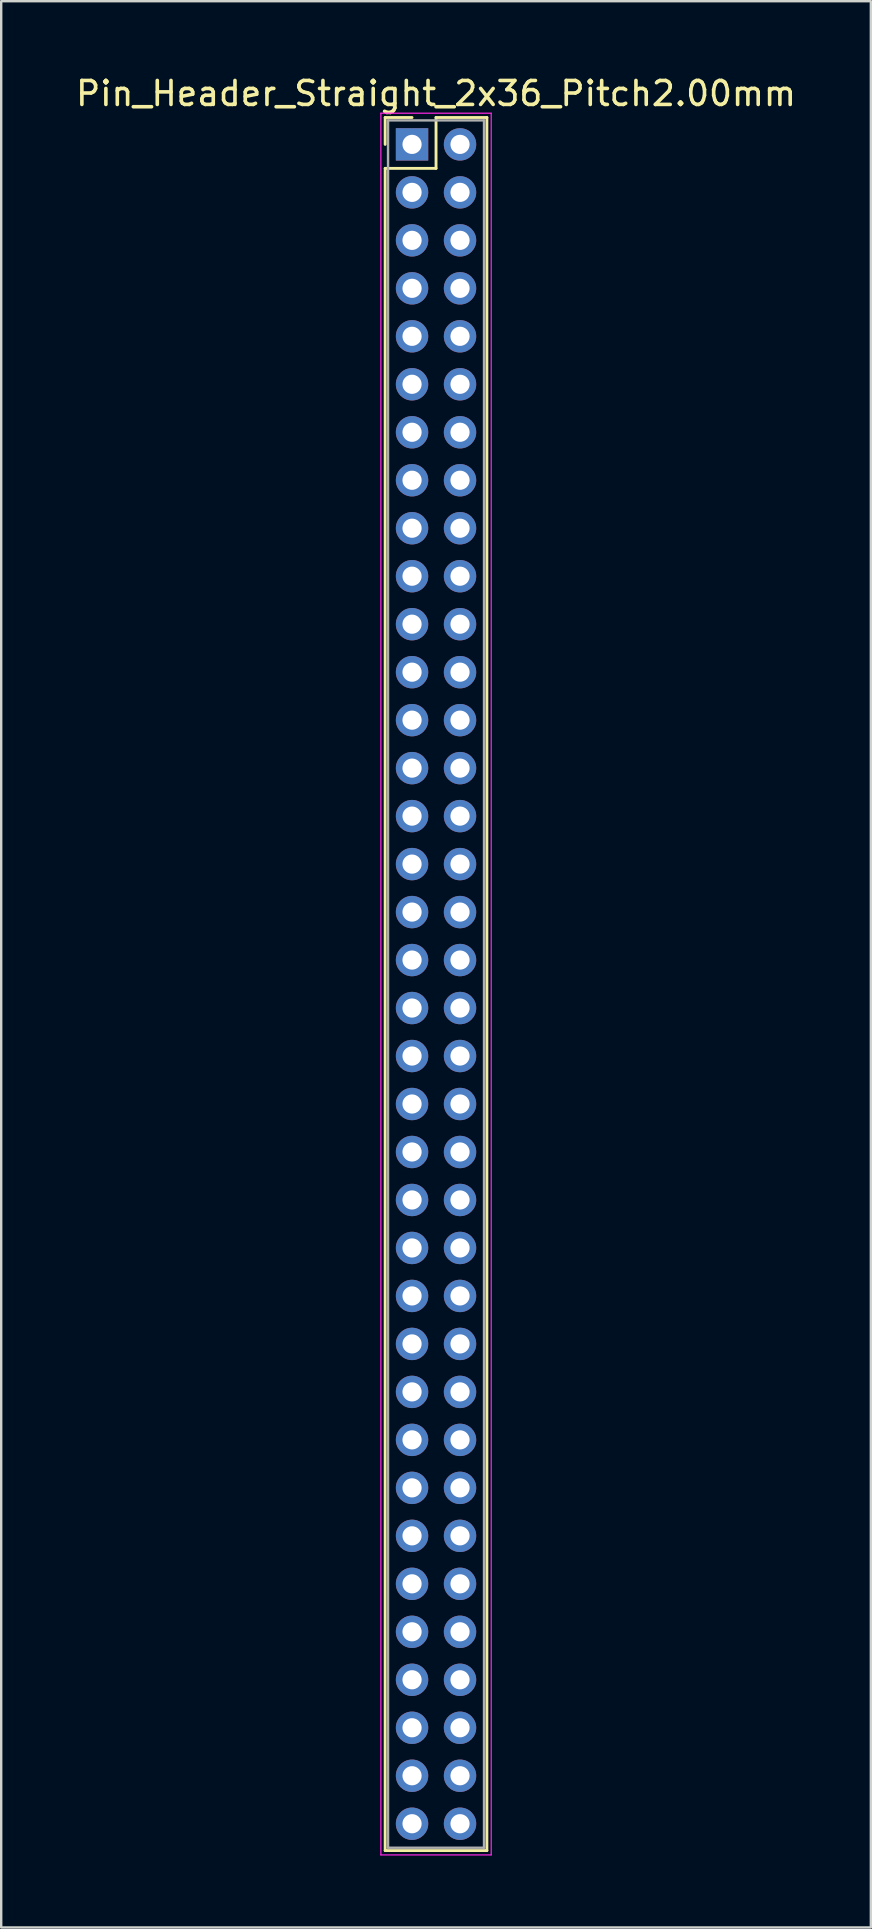
<source format=kicad_pcb>
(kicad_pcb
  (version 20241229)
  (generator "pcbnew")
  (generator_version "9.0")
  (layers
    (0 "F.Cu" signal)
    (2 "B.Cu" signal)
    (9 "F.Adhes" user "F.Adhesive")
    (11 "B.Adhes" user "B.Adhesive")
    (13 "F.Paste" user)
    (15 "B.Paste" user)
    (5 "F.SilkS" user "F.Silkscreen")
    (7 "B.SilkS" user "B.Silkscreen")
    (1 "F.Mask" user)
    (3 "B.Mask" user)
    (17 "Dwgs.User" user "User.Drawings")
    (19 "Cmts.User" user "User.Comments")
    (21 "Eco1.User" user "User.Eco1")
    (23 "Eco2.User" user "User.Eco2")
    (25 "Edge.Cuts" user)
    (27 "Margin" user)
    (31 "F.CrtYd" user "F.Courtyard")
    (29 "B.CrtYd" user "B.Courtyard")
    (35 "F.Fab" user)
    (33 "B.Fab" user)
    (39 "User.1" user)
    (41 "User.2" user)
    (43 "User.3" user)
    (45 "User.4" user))
  (footprint "Pin_Header_Straight_2x36_Pitch2.00mm"
    (layer "F.Cu")
    (at 14.125 2.968)
    (property "Reference" "Pin_Header_Straight_2x36_Pitch2.00mm" (at 1 -2.12 0) (layer "F.SilkS") (effects (font (size 1 1) (thickness 0.15))))
    (attr through_hole)
    (fp_line (start -1.12 -1.12) (end 0 -1.12) (stroke (width 0.12) (type solid)) (layer "F.SilkS"))
    (fp_line (start -1.12 0) (end -1.12 -1.12) (stroke (width 0.12) (type solid)) (layer "F.SilkS"))
    (fp_line (start -1.12 1) (end -1.12 71.12) (stroke (width 0.12) (type solid)) (layer "F.SilkS"))
    (fp_line (start -1.12 71.12) (end 3.12 71.12) (stroke (width 0.12) (type solid)) (layer "F.SilkS"))
    (fp_line (start 1 -1.12) (end 1 1) (stroke (width 0.12) (type solid)) (layer "F.SilkS"))
    (fp_line (start 1 1) (end -1.12 1) (stroke (width 0.12) (type solid)) (layer "F.SilkS"))
    (fp_line (start 3.12 -1.12) (end 1 -1.12) (stroke (width 0.12) (type solid)) (layer "F.SilkS"))
    (fp_line (start 3.12 71.12) (end 3.12 -1.12) (stroke (width 0.12) (type solid)) (layer "F.SilkS"))
    (fp_line (start -1.3 -1.3) (end -1.3 71.3) (stroke (width 0.05) (type solid)) (layer "F.CrtYd"))
    (fp_line (start -1.3 71.3) (end 3.3 71.3) (stroke (width 0.05) (type solid)) (layer "F.CrtYd"))
    (fp_line (start 3.3 -1.3) (end -1.3 -1.3) (stroke (width 0.05) (type solid)) (layer "F.CrtYd"))
    (fp_line (start 3.3 71.3) (end 3.3 -1.3) (stroke (width 0.05) (type solid)) (layer "F.CrtYd"))
    (fp_line (start -1 -1) (end -1 71) (stroke (width 0.1) (type solid)) (layer "F.Fab"))
    (fp_line (start -1 71) (end 3 71) (stroke (width 0.1) (type solid)) (layer "F.Fab"))
    (fp_line (start 3 -1) (end -1 -1) (stroke (width 0.1) (type solid)) (layer "F.Fab"))
    (fp_line (start 3 71) (end 3 -1) (stroke (width 0.1) (type solid)) (layer "F.Fab"))
    (pad "1" thru_hole rect (at 0 0) (size 1.35 1.35) (drill 0.8) (layers "*.Cu" "*.Mask"))
    (pad "2" thru_hole oval (at 2 0) (size 1.35 1.35) (drill 0.8) (layers "*.Cu" "*.Mask"))
    (pad "3" thru_hole oval (at 0 2) (size 1.35 1.35) (drill 0.8) (layers "*.Cu" "*.Mask"))
    (pad "4" thru_hole oval (at 2 2) (size 1.35 1.35) (drill 0.8) (layers "*.Cu" "*.Mask"))
    (pad "5" thru_hole oval (at 0 4) (size 1.35 1.35) (drill 0.8) (layers "*.Cu" "*.Mask"))
    (pad "6" thru_hole oval (at 2 4) (size 1.35 1.35) (drill 0.8) (layers "*.Cu" "*.Mask"))
    (pad "7" thru_hole oval (at 0 6) (size 1.35 1.35) (drill 0.8) (layers "*.Cu" "*.Mask"))
    (pad "8" thru_hole oval (at 2 6) (size 1.35 1.35) (drill 0.8) (layers "*.Cu" "*.Mask"))
    (pad "9" thru_hole oval (at 0 8) (size 1.35 1.35) (drill 0.8) (layers "*.Cu" "*.Mask"))
    (pad "10" thru_hole oval (at 2 8) (size 1.35 1.35) (drill 0.8) (layers "*.Cu" "*.Mask"))
    (pad "11" thru_hole oval (at 0 10) (size 1.35 1.35) (drill 0.8) (layers "*.Cu" "*.Mask"))
    (pad "12" thru_hole oval (at 2 10) (size 1.35 1.35) (drill 0.8) (layers "*.Cu" "*.Mask"))
    (pad "13" thru_hole oval (at 0 12) (size 1.35 1.35) (drill 0.8) (layers "*.Cu" "*.Mask"))
    (pad "14" thru_hole oval (at 2 12) (size 1.35 1.35) (drill 0.8) (layers "*.Cu" "*.Mask"))
    (pad "15" thru_hole oval (at 0 14) (size 1.35 1.35) (drill 0.8) (layers "*.Cu" "*.Mask"))
    (pad "16" thru_hole oval (at 2 14) (size 1.35 1.35) (drill 0.8) (layers "*.Cu" "*.Mask"))
    (pad "17" thru_hole oval (at 0 16) (size 1.35 1.35) (drill 0.8) (layers "*.Cu" "*.Mask"))
    (pad "18" thru_hole oval (at 2 16) (size 1.35 1.35) (drill 0.8) (layers "*.Cu" "*.Mask"))
    (pad "19" thru_hole oval (at 0 18) (size 1.35 1.35) (drill 0.8) (layers "*.Cu" "*.Mask"))
    (pad "20" thru_hole oval (at 2 18) (size 1.35 1.35) (drill 0.8) (layers "*.Cu" "*.Mask"))
    (pad "21" thru_hole oval (at 0 20) (size 1.35 1.35) (drill 0.8) (layers "*.Cu" "*.Mask"))
    (pad "22" thru_hole oval (at 2 20) (size 1.35 1.35) (drill 0.8) (layers "*.Cu" "*.Mask"))
    (pad "23" thru_hole oval (at 0 22) (size 1.35 1.35) (drill 0.8) (layers "*.Cu" "*.Mask"))
    (pad "24" thru_hole oval (at 2 22) (size 1.35 1.35) (drill 0.8) (layers "*.Cu" "*.Mask"))
    (pad "25" thru_hole oval (at 0 24) (size 1.35 1.35) (drill 0.8) (layers "*.Cu" "*.Mask"))
    (pad "26" thru_hole oval (at 2 24) (size 1.35 1.35) (drill 0.8) (layers "*.Cu" "*.Mask"))
    (pad "27" thru_hole oval (at 0 26) (size 1.35 1.35) (drill 0.8) (layers "*.Cu" "*.Mask"))
    (pad "28" thru_hole oval (at 2 26) (size 1.35 1.35) (drill 0.8) (layers "*.Cu" "*.Mask"))
    (pad "29" thru_hole oval (at 0 28) (size 1.35 1.35) (drill 0.8) (layers "*.Cu" "*.Mask"))
    (pad "30" thru_hole oval (at 2 28) (size 1.35 1.35) (drill 0.8) (layers "*.Cu" "*.Mask"))
    (pad "31" thru_hole oval (at 0 30) (size 1.35 1.35) (drill 0.8) (layers "*.Cu" "*.Mask"))
    (pad "32" thru_hole oval (at 2 30) (size 1.35 1.35) (drill 0.8) (layers "*.Cu" "*.Mask"))
    (pad "33" thru_hole oval (at 0 32) (size 1.35 1.35) (drill 0.8) (layers "*.Cu" "*.Mask"))
    (pad "34" thru_hole oval (at 2 32) (size 1.35 1.35) (drill 0.8) (layers "*.Cu" "*.Mask"))
    (pad "35" thru_hole oval (at 0 34) (size 1.35 1.35) (drill 0.8) (layers "*.Cu" "*.Mask"))
    (pad "36" thru_hole oval (at 2 34) (size 1.35 1.35) (drill 0.8) (layers "*.Cu" "*.Mask"))
    (pad "37" thru_hole oval (at 0 36) (size 1.35 1.35) (drill 0.8) (layers "*.Cu" "*.Mask"))
    (pad "38" thru_hole oval (at 2 36) (size 1.35 1.35) (drill 0.8) (layers "*.Cu" "*.Mask"))
    (pad "39" thru_hole oval (at 0 38) (size 1.35 1.35) (drill 0.8) (layers "*.Cu" "*.Mask"))
    (pad "40" thru_hole oval (at 2 38) (size 1.35 1.35) (drill 0.8) (layers "*.Cu" "*.Mask"))
    (pad "41" thru_hole oval (at 0 40) (size 1.35 1.35) (drill 0.8) (layers "*.Cu" "*.Mask"))
    (pad "42" thru_hole oval (at 2 40) (size 1.35 1.35) (drill 0.8) (layers "*.Cu" "*.Mask"))
    (pad "43" thru_hole oval (at 0 42) (size 1.35 1.35) (drill 0.8) (layers "*.Cu" "*.Mask"))
    (pad "44" thru_hole oval (at 2 42) (size 1.35 1.35) (drill 0.8) (layers "*.Cu" "*.Mask"))
    (pad "45" thru_hole oval (at 0 44) (size 1.35 1.35) (drill 0.8) (layers "*.Cu" "*.Mask"))
    (pad "46" thru_hole oval (at 2 44) (size 1.35 1.35) (drill 0.8) (layers "*.Cu" "*.Mask"))
    (pad "47" thru_hole oval (at 0 46) (size 1.35 1.35) (drill 0.8) (layers "*.Cu" "*.Mask"))
    (pad "48" thru_hole oval (at 2 46) (size 1.35 1.35) (drill 0.8) (layers "*.Cu" "*.Mask"))
    (pad "49" thru_hole oval (at 0 48) (size 1.35 1.35) (drill 0.8) (layers "*.Cu" "*.Mask"))
    (pad "50" thru_hole oval (at 2 48) (size 1.35 1.35) (drill 0.8) (layers "*.Cu" "*.Mask"))
    (pad "51" thru_hole oval (at 0 50) (size 1.35 1.35) (drill 0.8) (layers "*.Cu" "*.Mask"))
    (pad "52" thru_hole oval (at 2 50) (size 1.35 1.35) (drill 0.8) (layers "*.Cu" "*.Mask"))
    (pad "53" thru_hole oval (at 0 52) (size 1.35 1.35) (drill 0.8) (layers "*.Cu" "*.Mask"))
    (pad "54" thru_hole oval (at 2 52) (size 1.35 1.35) (drill 0.8) (layers "*.Cu" "*.Mask"))
    (pad "55" thru_hole oval (at 0 54) (size 1.35 1.35) (drill 0.8) (layers "*.Cu" "*.Mask"))
    (pad "56" thru_hole oval (at 2 54) (size 1.35 1.35) (drill 0.8) (layers "*.Cu" "*.Mask"))
    (pad "57" thru_hole oval (at 0 56) (size 1.35 1.35) (drill 0.8) (layers "*.Cu" "*.Mask"))
    (pad "58" thru_hole oval (at 2 56) (size 1.35 1.35) (drill 0.8) (layers "*.Cu" "*.Mask"))
    (pad "59" thru_hole oval (at 0 58) (size 1.35 1.35) (drill 0.8) (layers "*.Cu" "*.Mask"))
    (pad "60" thru_hole oval (at 2 58) (size 1.35 1.35) (drill 0.8) (layers "*.Cu" "*.Mask"))
    (pad "61" thru_hole oval (at 0 60) (size 1.35 1.35) (drill 0.8) (layers "*.Cu" "*.Mask"))
    (pad "62" thru_hole oval (at 2 60) (size 1.35 1.35) (drill 0.8) (layers "*.Cu" "*.Mask"))
    (pad "63" thru_hole oval (at 0 62) (size 1.35 1.35) (drill 0.8) (layers "*.Cu" "*.Mask"))
    (pad "64" thru_hole oval (at 2 62) (size 1.35 1.35) (drill 0.8) (layers "*.Cu" "*.Mask"))
    (pad "65" thru_hole oval (at 0 64) (size 1.35 1.35) (drill 0.8) (layers "*.Cu" "*.Mask"))
    (pad "66" thru_hole oval (at 2 64) (size 1.35 1.35) (drill 0.8) (layers "*.Cu" "*.Mask"))
    (pad "67" thru_hole oval (at 0 66) (size 1.35 1.35) (drill 0.8) (layers "*.Cu" "*.Mask"))
    (pad "68" thru_hole oval (at 2 66) (size 1.35 1.35) (drill 0.8) (layers "*.Cu" "*.Mask"))
    (pad "69" thru_hole oval (at 0 68) (size 1.35 1.35) (drill 0.8) (layers "*.Cu" "*.Mask"))
    (pad "70" thru_hole oval (at 2 68) (size 1.35 1.35) (drill 0.8) (layers "*.Cu" "*.Mask"))
    (pad "71" thru_hole oval (at 0 70) (size 1.35 1.35) (drill 0.8) (layers "*.Cu" "*.Mask"))
    (pad "72" thru_hole oval (at 2 70) (size 1.35 1.35) (drill 0.8) (layers "*.Cu" "*.Mask")))
  (gr_rect
    (start -3 -3)
    (end 33.25 77.293)
    (stroke (width 0.1) (type default))
    (fill no)
    (layer "Edge.Cuts")))
</source>
